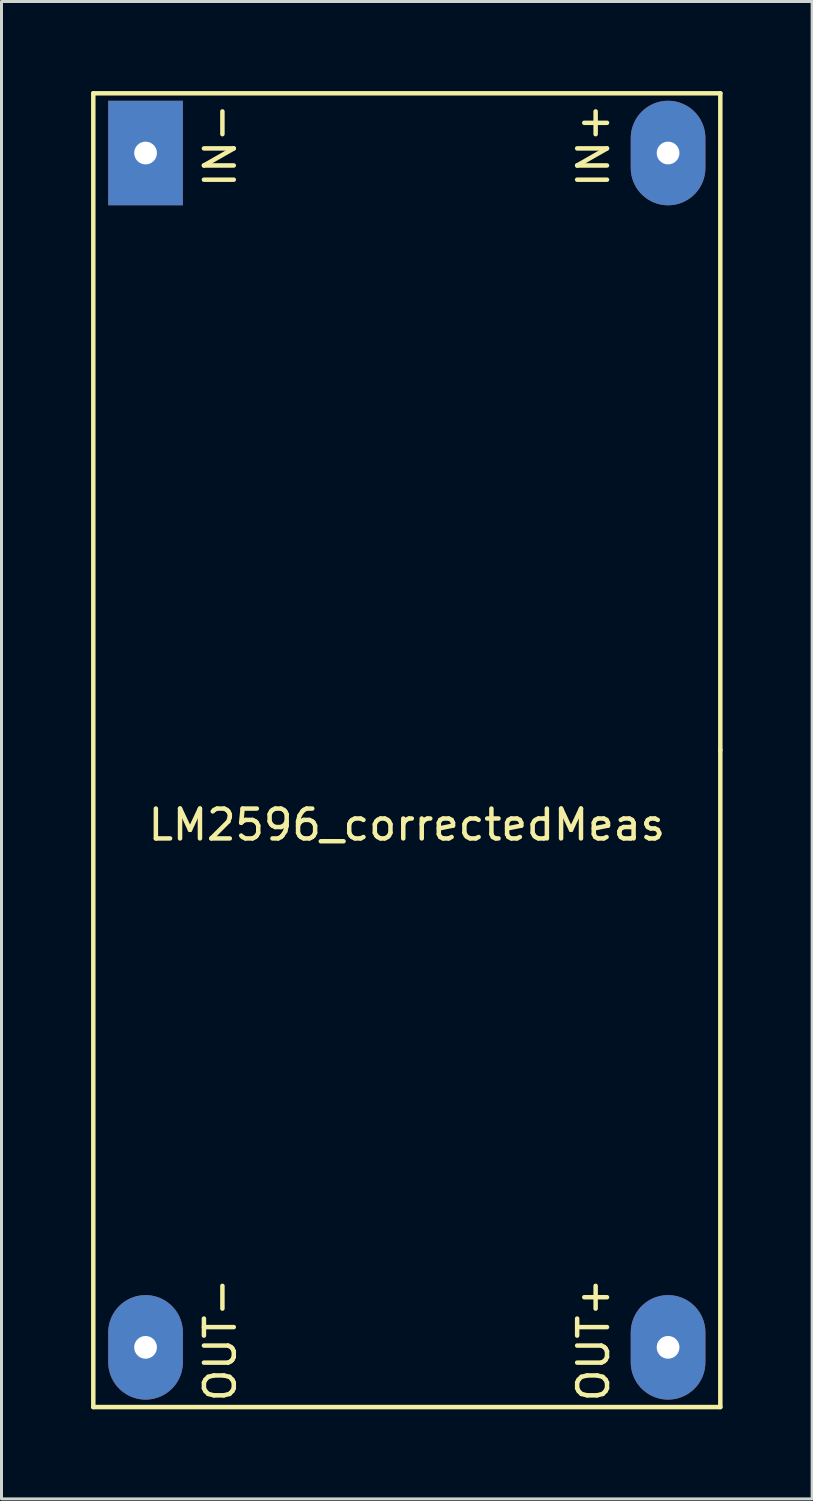
<source format=kicad_pcb>
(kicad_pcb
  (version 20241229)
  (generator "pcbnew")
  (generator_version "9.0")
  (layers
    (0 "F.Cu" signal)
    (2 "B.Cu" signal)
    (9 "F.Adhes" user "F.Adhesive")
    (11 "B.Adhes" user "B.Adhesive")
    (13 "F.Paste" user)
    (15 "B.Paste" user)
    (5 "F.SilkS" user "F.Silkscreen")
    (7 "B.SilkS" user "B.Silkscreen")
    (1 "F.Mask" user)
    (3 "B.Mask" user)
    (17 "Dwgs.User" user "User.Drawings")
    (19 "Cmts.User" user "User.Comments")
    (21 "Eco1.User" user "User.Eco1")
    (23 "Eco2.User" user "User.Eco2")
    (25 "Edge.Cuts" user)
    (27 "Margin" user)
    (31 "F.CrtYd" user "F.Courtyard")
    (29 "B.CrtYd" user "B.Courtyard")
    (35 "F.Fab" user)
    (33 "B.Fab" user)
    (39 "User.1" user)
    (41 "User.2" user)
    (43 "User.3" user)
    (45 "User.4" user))
  (footprint "LM2596_correctedMeas"
    (layer "F.Cu")
    (at 10.575 22.075)
    (property "Reference" "LM2596_correctedMeas" (at 0 2.5 0) (layer "F.SilkS") (effects (font (size 1 1) (thickness 0.15))))
    (attr through_hole)
    (fp_line (start -10.5 -22) (end -10.5 22) (stroke (width 0.15) (type solid)) (layer "F.SilkS"))
    (fp_line (start -10.5 22) (end 10.5 22) (stroke (width 0.15) (type solid)) (layer "F.SilkS"))
    (fp_line (start 10.5 -22) (end -10.5 -22) (stroke (width 0.15) (type solid)) (layer "F.SilkS"))
    (fp_line (start 10.5 0) (end 10.5 -22) (stroke (width 0.15) (type solid)) (layer "F.SilkS"))
    (fp_line (start 10.5 22) (end 10.5 0) (stroke (width 0.15) (type solid)) (layer "F.SilkS"))
    (fp_text user "OUT+" (at 6.25 19.75 90) (layer "F.SilkS") (effects (font (size 1 1) (thickness 0.15))))
    (fp_text user "IN-" (at -6.25 -20.25 90) (layer "F.SilkS") (effects (font (size 1 1) (thickness 0.15))))
    (fp_text user "IN+" (at 6.25 -20.25 90) (layer "F.SilkS") (effects (font (size 1 1) (thickness 0.15))))
    (fp_text user "OUT-" (at -6.25 19.75 90) (layer "F.SilkS") (effects (font (size 1 1) (thickness 0.15))))
    (pad "1" thru_hole rect (at -8.75 -20) (size 2.5 3.5) (drill 0.762) (layers "*.Cu" "*.Mask"))
    (pad "2" thru_hole oval (at 8.75 -20) (size 2.5 3.5) (drill 0.762) (layers "*.Cu" "*.Mask"))
    (pad "3" thru_hole oval (at -8.75 20) (size 2.5 3.5) (drill 0.762) (layers "*.Cu" "*.Mask"))
    (pad "4" thru_hole oval (at 8.75 20) (size 2.5 3.5) (drill 0.762) (layers "*.Cu" "*.Mask")))
  (gr_rect
    (start -3 -3)
    (end 24.15 47.15)
    (stroke (width 0.1) (type default))
    (fill no)
    (layer "Edge.Cuts")))
</source>
